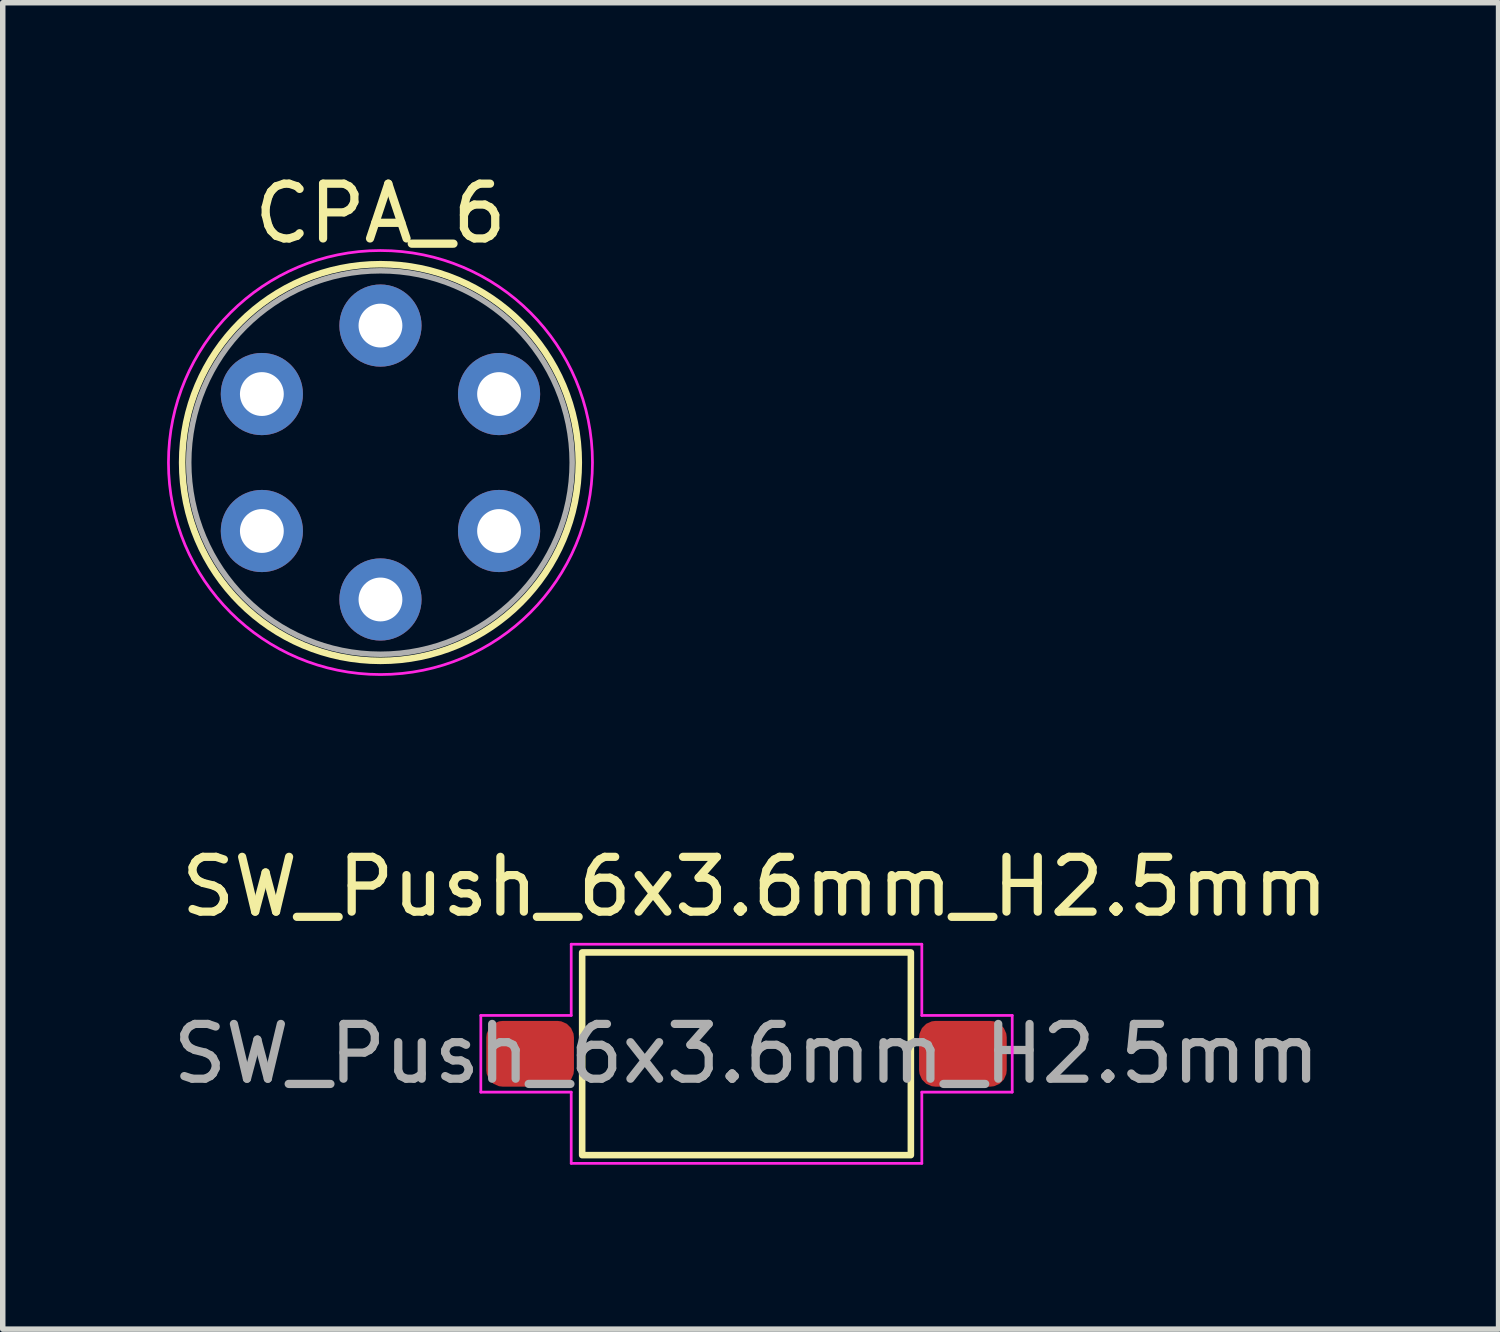
<source format=kicad_pcb>
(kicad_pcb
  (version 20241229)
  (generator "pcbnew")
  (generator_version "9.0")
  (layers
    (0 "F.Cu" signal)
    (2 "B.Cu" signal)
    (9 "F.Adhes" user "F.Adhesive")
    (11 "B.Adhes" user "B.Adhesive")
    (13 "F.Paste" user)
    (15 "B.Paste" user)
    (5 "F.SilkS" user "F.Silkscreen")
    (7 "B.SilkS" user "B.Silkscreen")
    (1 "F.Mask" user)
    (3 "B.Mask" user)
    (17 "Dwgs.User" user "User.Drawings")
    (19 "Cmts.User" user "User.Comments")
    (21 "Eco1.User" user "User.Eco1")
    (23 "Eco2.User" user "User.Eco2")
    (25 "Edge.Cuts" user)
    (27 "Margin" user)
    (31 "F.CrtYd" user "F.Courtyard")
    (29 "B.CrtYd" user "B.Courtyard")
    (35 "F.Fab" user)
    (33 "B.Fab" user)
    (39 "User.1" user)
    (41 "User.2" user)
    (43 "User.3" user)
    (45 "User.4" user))
  (footprint "CPA_6"
    (layer "F.Cu")
    (at 3.895 5.393)
    (property "Reference" "CPA_6" (at 0 -4.545 0) (layer "F.SilkS") (effects (font (size 1 1) (thickness 0.15))))
    (fp_circle (center 0 0) (end 0 3.62) (stroke (width 0.12) (type solid)) (fill no) (layer "F.SilkS"))
    (fp_circle (center 0 0) (end 0 3.87) (stroke (width 0.05) (type solid)) (fill no) (layer "F.CrtYd"))
    (fp_circle (center 0 0) (end 0 3.5) (stroke (width 0.1) (type solid)) (fill no) (layer "F.Fab"))
    (pad "1" thru_hole oval (at 0 -2.5) (size 1.5 1.5) (drill 0.8) (layers "*.Cu" "*.Mask"))
    (pad "2" thru_hole oval (at 2.165 -1.25) (size 1.5 1.5) (drill 0.8) (layers "*.Cu" "*.Mask"))
    (pad "3" thru_hole oval (at 2.165 1.25) (size 1.5 1.5) (drill 0.8) (layers "*.Cu" "*.Mask"))
    (pad "4" thru_hole oval (at 0 2.5) (size 1.5 1.5) (drill 0.8) (layers "*.Cu" "*.Mask"))
    (pad "5" thru_hole oval (at -2.165 1.25) (size 1.5 1.5) (drill 0.8) (layers "*.Cu" "*.Mask"))
    (pad "6" thru_hole oval (at -2.165 -1.25) (size 1.5 1.5) (drill 0.8) (layers "*.Cu" "*.Mask")))
  (footprint "SW_Push_6x3.6mm_H2.5mm"
    (layer "F.Cu")
    (at 10.577 16.186)
    (property "Reference" "SW_Push_6x3.6mm_H2.5mm" (at 0.15 -3.05 0) (unlocked yes) (layer "F.SilkS") (effects (font (size 1 1) (thickness 0.15))))
    (attr smd)
    (fp_rect (start -3 -1.85) (end 3 1.85) (stroke (width 0.12) (type solid)) (fill no) (layer "F.SilkS"))
    (fp_line (start -4.85 -0.7) (end -4.85 0.7) (stroke (width 0.05) (type solid)) (layer "F.CrtYd"))
    (fp_line (start -4.85 0.7) (end -3.2 0.7) (stroke (width 0.05) (type solid)) (layer "F.CrtYd"))
    (fp_line (start -3.2 -2) (end -3.2 -0.7) (stroke (width 0.05) (type solid)) (layer "F.CrtYd"))
    (fp_line (start -3.2 -2) (end 3.2 -2) (stroke (width 0.05) (type solid)) (layer "F.CrtYd"))
    (fp_line (start -3.2 -0.7) (end -4.85 -0.7) (stroke (width 0.05) (type solid)) (layer "F.CrtYd"))
    (fp_line (start -3.2 2) (end -3.2 0.7) (stroke (width 0.05) (type solid)) (layer "F.CrtYd"))
    (fp_line (start 3.2 -2) (end 3.2 -0.7) (stroke (width 0.05) (type solid)) (layer "F.CrtYd"))
    (fp_line (start 3.2 -0.7) (end 4.85 -0.7) (stroke (width 0.05) (type solid)) (layer "F.CrtYd"))
    (fp_line (start 3.2 2) (end -3.2 2) (stroke (width 0.05) (type solid)) (layer "F.CrtYd"))
    (fp_line (start 3.2 2) (end 3.2 0.7) (stroke (width 0.05) (type solid)) (layer "F.CrtYd"))
    (fp_line (start 4.85 -0.7) (end 4.85 0.7) (stroke (width 0.05) (type solid)) (layer "F.CrtYd"))
    (fp_line (start 4.85 0.7) (end 3.2 0.7) (stroke (width 0.05) (type solid)) (layer "F.CrtYd"))
    (fp_text user "${REFERENCE}" (at 0 0 0) (unlocked yes) (layer "F.Fab") (effects (font (size 1 1) (thickness 0.15))))
    (pad "1" smd roundrect (at -3.95 0) (size 1.6 1.2) (layers "F.Cu" "F.Mask" "F.Paste") (roundrect_rratio 0.25))
    (pad "2" smd roundrect (at 3.95 0) (size 1.6 1.2) (layers "F.Cu" "F.Mask" "F.Paste") (roundrect_rratio 0.25)))
  (gr_rect
    (start -3 -3)
    (end 24.305 21.212)
    (stroke (width 0.1) (type default))
    (fill no)
    (layer "Edge.Cuts")))
</source>
